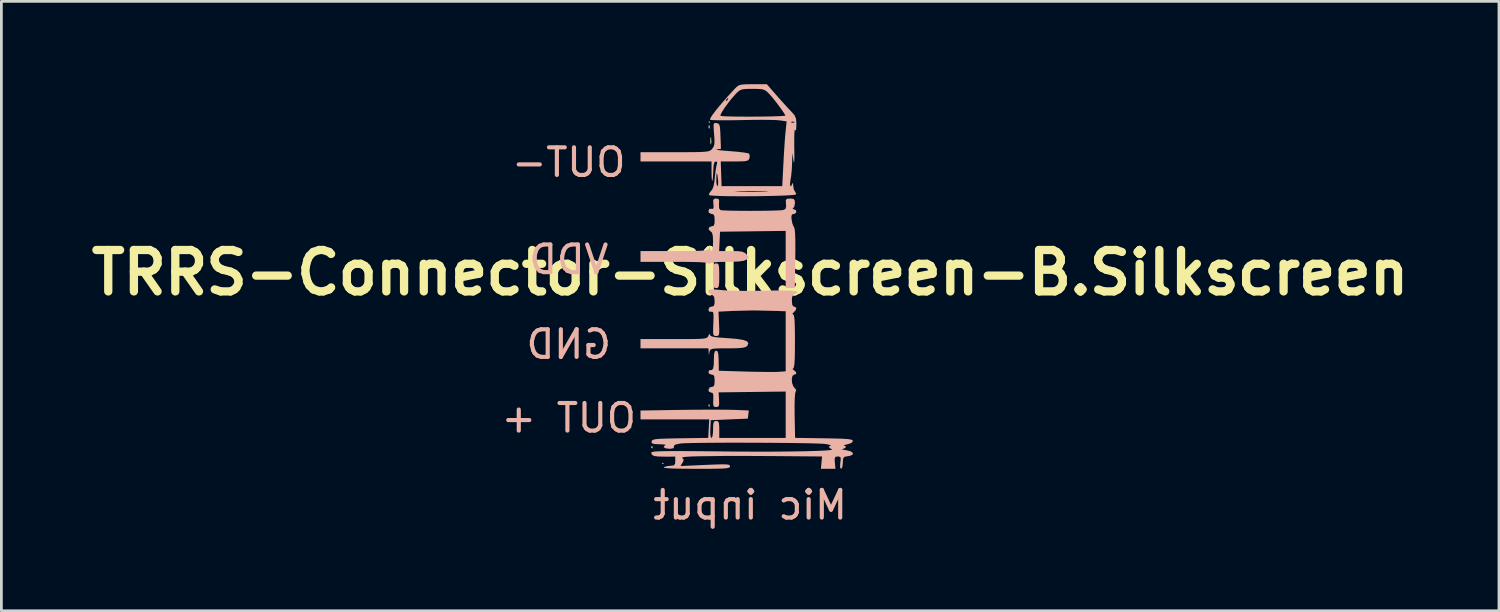
<source format=kicad_pcb>
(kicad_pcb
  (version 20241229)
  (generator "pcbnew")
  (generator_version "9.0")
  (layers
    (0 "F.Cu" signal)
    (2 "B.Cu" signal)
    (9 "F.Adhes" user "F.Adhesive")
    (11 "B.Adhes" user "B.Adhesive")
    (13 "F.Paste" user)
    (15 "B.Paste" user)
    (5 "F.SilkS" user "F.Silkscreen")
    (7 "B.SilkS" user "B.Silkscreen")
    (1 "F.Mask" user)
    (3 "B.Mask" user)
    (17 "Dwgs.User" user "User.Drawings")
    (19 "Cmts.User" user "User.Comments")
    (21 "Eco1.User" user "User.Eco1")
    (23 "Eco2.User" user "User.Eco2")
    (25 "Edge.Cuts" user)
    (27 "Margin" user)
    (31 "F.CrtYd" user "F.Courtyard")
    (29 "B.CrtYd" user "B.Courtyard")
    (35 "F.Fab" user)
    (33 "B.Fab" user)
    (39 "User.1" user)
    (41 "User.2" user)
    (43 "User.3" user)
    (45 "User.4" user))
  (footprint "TRRS-Connector-Silkscreen-B.Silkscreen"
    (layer "F.Cu")
    (at 24.121 6.826)
    (property "Reference" "TRRS-Connector-Silkscreen-B.Silkscreen" (at 0 0 0) (layer "F.SilkS") (effects (font (size 1.5 1.5) (thickness 0.3))))
    (attr board_only exclude_from_pos_files exclude_from_bom)
    (fp_poly (pts (xy -3.133 6.909) (xy -3.161 6.937) (xy -3.189 6.909) (xy -3.161 6.881)) (stroke (width 0) (type solid)) (fill yes) (layer "F.SilkS"))
    (fp_poly (pts (xy -1.455 -5.455) (xy -1.483 -5.427) (xy -1.511 -5.455) (xy -1.483 -5.483)) (stroke (width 0) (type solid)) (fill yes) (layer "F.SilkS"))
    (fp_poly (pts (xy -3.543 6.285) (xy -3.537 6.351) (xy -3.543 6.359) (xy -3.577 6.352) (xy -3.581 6.322) (xy -3.56 6.276)) (stroke (width 0) (type solid)) (fill yes) (layer "F.SilkS"))
    (fp_poly (pts (xy -1.473 4.774) (xy -1.467 4.841) (xy -1.473 4.849) (xy -1.507 4.841) (xy -1.511 4.811) (xy -1.49 4.765)) (stroke (width 0) (type solid)) (fill yes) (layer "F.SilkS"))
    (fp_poly (pts (xy -1.472 -5.325) (xy -1.466 -5.238) (xy -1.477 -5.218) (xy -1.502 -5.235) (xy -1.506 -5.292) (xy -1.492 -5.351)) (stroke (width 0) (type solid)) (fill yes) (layer "F.SilkS"))
    (fp_poly (pts (xy -1.415 -4.881) (xy -1.406 -4.735) (xy -1.416 -4.657) (xy -1.431 -4.644) (xy -1.44 -4.724) (xy -1.441 -4.783) (xy -1.435 -4.892) (xy -1.422 -4.908)) (stroke (width 0) (type solid)) (fill yes) (layer "F.SilkS"))
    (fp_poly (pts (xy -1.175 -0.326) (xy -1.142 -0.283) (xy -1.125 -0.184) (xy -1.119 -0.006) (xy -1.119 0.112) (xy -1.121 0.335) (xy -1.132 0.469) (xy -1.157 0.535) (xy -1.201 0.558) (xy -1.231 0.559) (xy -1.287 0.55) (xy -1.32 0.507) (xy -1.337 0.408) (xy -1.342 0.23) (xy -1.343 0.112) (xy -1.34 -0.111) (xy -1.33 -0.245) (xy -1.305 -0.312) (xy -1.26 -0.334) (xy -1.231 -0.336)) (stroke (width 0) (type solid)) (fill yes) (layer "B.SilkS"))
    (fp_poly (pts (xy -1.458 2.243) (xy -1.439 2.284) (xy -1.374 2.314) (xy -1.244 2.338) (xy -1.033 2.357) (xy -0.825 2.371) (xy -0.486 2.399) (xy -0.252 2.437) (xy -0.114 2.488) (xy -0.065 2.555) (xy -0.098 2.64) (xy -0.11 2.655) (xy -0.165 2.694) (xy -0.268 2.72) (xy -0.435 2.735) (xy -0.688 2.741) (xy -0.814 2.741) (xy -1.088 2.742) (xy -1.27 2.748) (xy -1.379 2.762) (xy -1.437 2.789) (xy -1.463 2.831) (xy -1.471 2.867) (xy -1.495 2.993) (xy -1.503 2.867) (xy -1.511 2.741) (xy -2.741 2.741) (xy -3.972 2.741) (xy -3.972 2.574) (xy -3.972 2.406) (xy -2.768 2.406) (xy -2.371 2.405) (xy -2.073 2.404) (xy -1.857 2.399) (xy -1.709 2.39) (xy -1.615 2.374) (xy -1.561 2.352) (xy -1.531 2.321) (xy -1.512 2.28) (xy -1.473 2.209)) (stroke (width 0) (type solid)) (fill yes) (layer "B.SilkS"))
    (fp_poly (pts (xy 1.57 -2.673) (xy 1.616 -2.612) (xy 1.622 -2.522) (xy 1.601 -2.396) (xy 1.553 -2.331) (xy 1.533 -2.306) (xy 1.581 -2.298) (xy 1.661 -2.259) (xy 1.672 -2.186) (xy 1.614 -2.131) (xy 1.578 -2.126) (xy 1.513 -2.107) (xy 1.493 -2.03) (xy 1.502 -1.917) (xy 1.533 -1.765) (xy 1.58 -1.66) (xy 1.588 -1.651) (xy 1.612 -1.578) (xy 1.628 -1.409) (xy 1.637 -1.139) (xy 1.637 -0.764) (xy 1.634 -0.518) (xy 1.618 0.559) (xy 1.452 0.559) (xy 1.287 0.559) (xy 1.287 -0.477) (xy 1.287 -1.513) (xy 0.098 -1.498) (xy -1.091 -1.483) (xy -1.108 -1.133) (xy -1.124 -0.783) (xy -0.683 -0.783) (xy -0.451 -0.779) (xy -0.301 -0.762) (xy -0.205 -0.726) (xy -0.135 -0.666) (xy -0.064 -0.579) (xy -0.071 -0.525) (xy -0.137 -0.47) (xy -0.237 -0.43) (xy -0.413 -0.405) (xy -0.68 -0.393) (xy -0.845 -0.392) (xy -1.143 -0.387) (xy -1.34 -0.372) (xy -1.447 -0.345) (xy -1.474 -0.322) (xy -1.499 -0.28) (xy -1.506 -0.322) (xy -1.534 -0.346) (xy -1.62 -0.364) (xy -1.776 -0.377) (xy -2.013 -0.386) (xy -2.34 -0.39) (xy -2.741 -0.392) (xy -3.972 -0.392) (xy -3.972 -0.587) (xy -3.972 -0.783) (xy -2.746 -0.783) (xy -2.343 -0.784) (xy -2.038 -0.787) (xy -1.818 -0.792) (xy -1.667 -0.802) (xy -1.573 -0.818) (xy -1.521 -0.839) (xy -1.498 -0.868) (xy -1.493 -0.881) (xy -1.472 -0.95) (xy -1.463 -0.91) (xy -1.461 -0.881) (xy -1.429 -0.798) (xy -1.399 -0.783) (xy -1.369 -0.834) (xy -1.349 -0.968) (xy -1.343 -1.121) (xy -1.352 -1.329) (xy -1.381 -1.447) (xy -1.427 -1.49) (xy -1.502 -1.558) (xy -1.494 -1.636) (xy -1.41 -1.678) (xy -1.399 -1.678) (xy -1.325 -1.697) (xy -1.293 -1.773) (xy -1.287 -1.902) (xy -1.296 -2.049) (xy -1.334 -2.113) (xy -1.399 -2.126) (xy -1.493 -2.166) (xy -1.511 -2.233) (xy -1.481 -2.312) (xy -1.409 -2.313) (xy -1.344 -2.311) (xy -1.323 -2.371) (xy -1.332 -2.486) (xy -1.339 -2.619) (xy -1.306 -2.675) (xy -1.231 -2.685) (xy -1.149 -2.671) (xy -1.122 -2.606) (xy -1.129 -2.491) (xy -1.125 -2.33) (xy -1.075 -2.267) (xy -0.993 -2.257) (xy -0.82 -2.249) (xy -0.579 -2.244) (xy -0.292 -2.24) (xy 0.021 -2.239) (xy 0.337 -2.241) (xy 0.634 -2.244) (xy 0.89 -2.25) (xy 1.085 -2.258) (xy 1.196 -2.268) (xy 1.205 -2.27) (xy 1.282 -2.313) (xy 1.304 -2.407) (xy 1.297 -2.493) (xy 1.29 -2.622) (xy 1.328 -2.675) (xy 1.438 -2.685) (xy 1.449 -2.685)) (stroke (width 0) (type solid)) (fill yes) (layer "B.SilkS"))
    (fp_poly (pts (xy 0.958 -6.42) (xy 1.137 -6.218) (xy 1.311 -6.025) (xy 1.453 -5.873) (xy 1.495 -5.83) (xy 1.607 -5.702) (xy 1.66 -5.582) (xy 1.675 -5.418) (xy 1.674 -5.354) (xy 1.667 -5.194) (xy 1.648 -5.142) (xy 1.627 -5.174) (xy 1.613 -5.163) (xy 1.602 -5.057) (xy 1.597 -4.872) (xy 1.597 -4.625) (xy 1.598 -4.531) (xy 1.602 -4.238) (xy 1.599 -4.055) (xy 1.591 -3.983) (xy 1.576 -4.022) (xy 1.57 -4.056) (xy 1.528 -4.336) (xy 1.518 -3.944) (xy 1.506 -3.709) (xy 1.483 -3.487) (xy 1.459 -3.343) (xy 1.443 -3.213) (xy 1.456 -3.137) (xy 1.488 -3.136) (xy 1.527 -3.227) (xy 1.528 -3.231) (xy 1.546 -3.251) (xy 1.559 -3.175) (xy 1.56 -3.15) (xy 1.581 -3.015) (xy 1.624 -2.936) (xy 1.625 -2.935) (xy 1.667 -2.859) (xy 1.663 -2.836) (xy 1.604 -2.819) (xy 1.451 -2.805) (xy 1.221 -2.793) (xy 0.931 -2.783) (xy 0.599 -2.776) (xy 0.242 -2.77) (xy -0.123 -2.768) (xy -0.477 -2.768) (xy -0.804 -2.771) (xy -1.087 -2.777) (xy -1.307 -2.787) (xy -1.448 -2.799) (xy -1.492 -2.812) (xy -1.478 -2.879) (xy -1.43 -2.942) (xy -1.428 -2.945) (xy -0.537 -2.945) (xy -0.535 -2.94) (xy -0.437 -2.936) (xy -0.251 -2.933) (xy 0.018 -2.932) (xy 0.056 -2.932) (xy 0.334 -2.933) (xy 0.531 -2.936) (xy 0.64 -2.94) (xy 0.654 -2.944) (xy 0.564 -2.95) (xy 0.545 -2.951) (xy 0.236 -2.958) (xy -0.112 -2.958) (xy -0.425 -2.951) (xy -0.434 -2.951) (xy -0.537 -2.945) (xy -1.428 -2.945) (xy -1.369 -3.021) (xy -1.326 -3.132) (xy -1.295 -3.3) (xy -1.285 -3.399) (xy -1.226 -3.399) (xy -1.221 -3.244) (xy -1.201 -3.148) (xy -1.186 -3.133) (xy -1.162 -3.182) (xy -1.159 -3.304) (xy -1.162 -3.343) (xy -1.184 -3.526) (xy -1.204 -3.601) (xy -1.218 -3.568) (xy -1.226 -3.424) (xy -1.226 -3.399) (xy -1.285 -3.399) (xy -1.269 -3.553) (xy -1.246 -3.737) (xy -1.218 -3.885) (xy -1.204 -3.93) (xy -1.197 -4.012) (xy -1.244 -4.028) (xy -1.293 -3.998) (xy -1.322 -3.896) (xy -1.336 -3.702) (xy -1.336 -3.681) (xy -1.348 -3.457) (xy -1.364 -3.338) (xy -1.38 -3.325) (xy -1.393 -3.421) (xy -1.399 -3.626) (xy -1.399 -3.655) (xy -1.399 -4.028) (xy -2.685 -4.028) (xy -3.972 -4.028) (xy -3.972 -4.196) (xy -3.972 -4.364) (xy -2.726 -4.364) (xy -2.321 -4.364) (xy -2.013 -4.366) (xy -1.788 -4.371) (xy -1.63 -4.381) (xy -1.524 -4.396) (xy -1.456 -4.418) (xy -1.41 -4.449) (xy -1.376 -4.485) (xy -1.322 -4.565) (xy -1.296 -4.666) (xy -1.293 -4.819) (xy -1.307 -5.02) (xy -1.323 -5.231) (xy -1.324 -5.354) (xy -1.305 -5.41) (xy -1.26 -5.421) (xy -1.216 -5.417) (xy -1.154 -5.4) (xy -1.115 -5.355) (xy -1.093 -5.258) (xy -1.081 -5.087) (xy -1.075 -4.941) (xy -1.059 -4.484) (xy -1.215 -4.465) (xy -1.225 -4.454) (xy -1.139 -4.438) (xy -0.972 -4.421) (xy -0.74 -4.402) (xy -0.727 -4.401) (xy -0.468 -4.38) (xy -0.25 -4.355) (xy -0.098 -4.33) (xy -0.036 -4.31) (xy -0.013 -4.225) (xy -0.026 -4.146) (xy -0.053 -4.09) (xy -0.106 -4.055) (xy -0.208 -4.036) (xy -0.381 -4.029) (xy -0.564 -4.028) (xy -1.065 -4.028) (xy -1.05 -3.581) (xy -1.035 -3.134) (xy 0.064 -3.134) (xy 1.162 -3.133) (xy 1.203 -3.93) (xy 1.22 -4.257) (xy 1.241 -4.58) (xy 1.261 -4.866) (xy 1.279 -5.079) (xy 1.282 -5.103) (xy 1.317 -5.44) (xy 1.479 -5.44) (xy 1.534 -5.431) (xy 1.606 -5.442) (xy 1.607 -5.461) (xy 1.532 -5.474) (xy 1.5 -5.465) (xy 1.479 -5.44) (xy 1.317 -5.44) (xy 1.321 -5.479) (xy 1.073 -5.516) (xy 0.939 -5.527) (xy 0.716 -5.533) (xy 0.425 -5.536) (xy 0.09 -5.534) (xy -0.269 -5.527) (xy -0.284 -5.527) (xy -0.627 -5.521) (xy -0.934 -5.519) (xy -1.185 -5.521) (xy -1.362 -5.526) (xy -1.449 -5.536) (xy -1.453 -5.538) (xy -1.443 -5.593) (xy -1.386 -5.683) (xy -1.076 -5.683) (xy -1.013 -5.671) (xy -0.86 -5.662) (xy -0.638 -5.656) (xy -0.366 -5.652) (xy -0.064 -5.651) (xy 0.248 -5.652) (xy 0.551 -5.655) (xy 0.825 -5.661) (xy 1.05 -5.669) (xy 1.207 -5.678) (xy 1.276 -5.69) (xy 1.277 -5.693) (xy 1.216 -5.796) (xy 1.106 -5.954) (xy 0.97 -6.137) (xy 0.832 -6.313) (xy 0.714 -6.451) (xy 0.691 -6.475) (xy 0.595 -6.568) (xy 0.507 -6.622) (xy 0.393 -6.649) (xy 0.219 -6.657) (xy 0.084 -6.658) (xy -0.137 -6.655) (xy -0.28 -6.64) (xy -0.378 -6.603) (xy -0.465 -6.533) (xy -0.523 -6.473) (xy -0.66 -6.318) (xy -0.8 -6.142) (xy -0.927 -5.967) (xy -1.024 -5.817) (xy -1.075 -5.714) (xy -1.076 -5.683) (xy -1.386 -5.683) (xy -1.365 -5.716) (xy -1.228 -5.897) (xy -1.042 -6.121) (xy -0.961 -6.214) (xy -0.881 -6.214) (xy -0.874 -6.21) (xy -0.823 -6.25) (xy -0.811 -6.266) (xy -0.797 -6.318) (xy -0.805 -6.322) (xy -0.856 -6.283) (xy -0.867 -6.266) (xy -0.881 -6.214) (xy -0.961 -6.214) (xy -0.817 -6.379) (xy -0.573 -6.644) (xy -0.488 -6.73) (xy -0.41 -6.783) (xy -0.31 -6.812) (xy -0.159 -6.823) (xy 0.072 -6.826) (xy 0.101 -6.826) (xy 0.604 -6.826)) (stroke (width 0) (type solid)) (fill yes) (layer "B.SilkS"))
    (fp_poly (pts (xy -1.176 0.617) (xy -1.021 0.632) (xy -0.802 0.647) (xy -0.501 0.656) (xy -0.146 0.66) (xy 0.232 0.658) (xy 0.534 0.652) (xy 0.901 0.645) (xy 1.215 0.644) (xy 1.461 0.65) (xy 1.622 0.661) (xy 1.681 0.675) (xy 1.723 0.719) (xy 1.667 0.753) (xy 1.636 0.762) (xy 1.552 0.807) (xy 1.516 0.902) (xy 1.511 1.014) (xy 1.525 1.167) (xy 1.574 1.228) (xy 1.594 1.231) (xy 1.668 1.264) (xy 1.662 1.342) (xy 1.581 1.433) (xy 1.527 1.491) (xy 1.553 1.509) (xy 1.579 1.537) (xy 1.599 1.628) (xy 1.612 1.793) (xy 1.619 2.044) (xy 1.622 2.393) (xy 1.622 2.49) (xy 1.62 2.863) (xy 1.614 3.136) (xy 1.602 3.32) (xy 1.584 3.427) (xy 1.559 3.469) (xy 1.553 3.47) (xy 1.534 3.493) (xy 1.581 3.529) (xy 1.665 3.606) (xy 1.665 3.67) (xy 1.594 3.693) (xy 1.533 3.739) (xy 1.508 3.851) (xy 1.518 3.989) (xy 1.561 4.115) (xy 1.608 4.172) (xy 1.671 4.253) (xy 1.65 4.301) (xy 1.629 4.38) (xy 1.615 4.556) (xy 1.609 4.814) (xy 1.611 5.14) (xy 1.611 5.171) (xy 1.628 5.984) (xy 2.674 5.999) (xy 3.047 6.006) (xy 3.321 6.014) (xy 3.512 6.025) (xy 3.633 6.041) (xy 3.697 6.062) (xy 3.72 6.09) (xy 3.72 6.098) (xy 3.668 6.169) (xy 3.525 6.217) (xy 3.525 6.217) (xy 3.416 6.241) (xy 3.389 6.257) (xy 3.399 6.259) (xy 3.466 6.292) (xy 3.451 6.345) (xy 3.368 6.383) (xy 3.343 6.386) (xy 3.316 6.397) (xy 3.386 6.416) (xy 3.469 6.428) (xy 3.638 6.471) (xy 3.72 6.531) (xy 3.71 6.593) (xy 3.603 6.638) (xy 3.539 6.647) (xy 3.421 6.668) (xy 3.37 6.722) (xy 3.357 6.844) (xy 3.357 6.885) (xy 3.342 7.029) (xy 3.305 7.102) (xy 3.294 7.105) (xy 3.256 7.055) (xy 3.263 6.904) (xy 3.266 6.881) (xy 3.283 6.739) (xy 3.264 6.675) (xy 3.197 6.658) (xy 3.174 6.658) (xy 3.093 6.67) (xy 3.062 6.726) (xy 3.065 6.857) (xy 3.068 6.881) (xy 3.089 7.105) (xy 2.825 7.105) (xy 2.562 7.105) (xy 2.583 6.881) (xy 2.604 6.658) (xy 1.037 6.645) (xy 0.613 6.642) (xy 0.212 6.64) (xy -0.148 6.638) (xy -0.45 6.637) (xy -0.677 6.637) (xy -0.809 6.637) (xy -0.811 6.637) (xy -0.977 6.639) (xy -1.222 6.643) (xy -1.512 6.646) (xy -1.816 6.65) (xy -1.818 6.65) (xy -2.144 6.658) (xy -2.357 6.672) (xy -2.46 6.692) (xy -2.462 6.713) (xy -2.408 6.769) (xy -2.431 6.851) (xy -2.452 6.885) (xy -2.525 7.004) (xy -1.626 6.964) (xy -1.289 6.95) (xy -1.048 6.943) (xy -0.887 6.944) (xy -0.79 6.954) (xy -0.742 6.975) (xy -0.728 7.006) (xy -0.727 7.014) (xy -0.737 7.044) (xy -0.775 7.067) (xy -0.856 7.083) (xy -0.991 7.094) (xy -1.195 7.1) (xy -1.48 7.104) (xy -1.861 7.104) (xy -1.972 7.104) (xy -2.423 7.102) (xy -2.764 7.095) (xy -2.997 7.083) (xy -3.118 7.067) (xy -3.133 7.049) (xy -3.017 7.009) (xy -2.881 6.994) (xy -2.762 6.98) (xy -2.718 6.914) (xy -2.713 6.828) (xy -2.713 6.663) (xy -3.09 6.664) (xy -3.331 6.659) (xy -3.48 6.639) (xy -3.557 6.597) (xy -3.58 6.529) (xy -3.581 6.52) (xy -3.565 6.502) (xy -3.511 6.488) (xy -3.41 6.477) (xy -3.255 6.469) (xy -3.036 6.464) (xy -2.744 6.462) (xy -2.371 6.463) (xy -1.909 6.466) (xy -1.348 6.471) (xy -0.993 6.475) (xy -0.39 6.481) (xy 0.192 6.483) (xy 0.742 6.483) (xy 1.252 6.479) (xy 1.714 6.473) (xy 2.117 6.465) (xy 2.454 6.454) (xy 2.715 6.442) (xy 2.892 6.427) (xy 2.976 6.411) (xy 2.956 6.393) (xy 2.951 6.392) (xy 2.869 6.346) (xy 2.862 6.288) (xy 2.923 6.259) (xy 2.917 6.247) (xy 2.823 6.223) (xy 2.741 6.207) (xy 2.629 6.197) (xy 2.419 6.188) (xy 2.127 6.18) (xy 1.767 6.174) (xy 1.353 6.168) (xy 0.9 6.164) (xy 0.423 6.161) (xy -0.064 6.159) (xy -0.546 6.158) (xy -1.008 6.159) (xy -1.436 6.162) (xy -1.816 6.166) (xy -2.132 6.171) (xy -2.371 6.178) (xy -2.517 6.187) (xy -2.533 6.189) (xy -2.696 6.222) (xy -2.761 6.268) (xy -2.759 6.301) (xy -2.77 6.355) (xy -2.869 6.376) (xy -2.931 6.378) (xy -3.071 6.361) (xy -3.133 6.32) (xy -3.104 6.268) (xy -3.063 6.247) (xy -3.073 6.231) (xy -3.172 6.219) (xy -3.291 6.215) (xy -3.465 6.207) (xy -3.551 6.183) (xy -3.573 6.136) (xy -3.57 6.112) (xy -3.554 6.077) (xy -3.511 6.051) (xy -3.426 6.032) (xy -3.284 6.019) (xy -3.07 6.01) (xy -2.768 6.003) (xy -2.536 5.999) (xy -1.52 5.984) (xy -1.501 5.649) (xy -1.483 5.315) (xy -2.727 5.315) (xy -3.972 5.315) (xy -3.972 5.154) (xy -3.972 4.993) (xy -2.532 4.971) (xy -2.107 4.966) (xy -1.687 4.963) (xy -1.297 4.962) (xy -0.958 4.964) (xy -0.693 4.967) (xy -0.57 4.97) (xy -0.05 4.991) (xy -0.067 5.139) (xy -0.084 5.287) (xy -0.755 5.315) (xy -1.427 5.343) (xy -1.443 5.665) (xy -1.444 5.858) (xy -1.423 5.968) (xy -1.401 5.986) (xy -1.368 5.935) (xy -1.347 5.799) (xy -1.343 5.679) (xy -1.338 5.501) (xy -1.317 5.408) (xy -1.27 5.374) (xy -1.231 5.371) (xy -1.166 5.384) (xy -1.132 5.442) (xy -1.12 5.571) (xy -1.119 5.679) (xy -1.119 5.986) (xy 0.084 5.986) (xy 1.287 5.986) (xy 1.287 5.146) (xy 1.287 4.306) (xy 0.072 4.321) (xy -1.143 4.336) (xy -1.127 4.602) (xy -1.122 4.763) (xy -1.142 4.841) (xy -1.197 4.866) (xy -1.231 4.867) (xy -1.303 4.856) (xy -1.336 4.801) (xy -1.34 4.676) (xy -1.336 4.602) (xy -1.333 4.439) (xy -1.355 4.361) (xy -1.409 4.343) (xy -1.416 4.344) (xy -1.496 4.307) (xy -1.511 4.246) (xy -1.468 4.157) (xy -1.399 4.14) (xy -1.325 4.121) (xy -1.293 4.045) (xy -1.287 3.916) (xy -1.296 3.77) (xy -1.334 3.705) (xy -1.399 3.693) (xy -1.49 3.658) (xy -1.511 3.609) (xy -1.488 3.538) (xy -1.469 3.531) (xy -1.386 3.527) (xy -1.339 3.468) (xy -1.318 3.334) (xy -1.315 3.175) (xy -1.309 2.976) (xy -1.287 2.866) (xy -1.246 2.827) (xy -1.231 2.825) (xy -1.183 2.851) (xy -1.155 2.941) (xy -1.143 3.116) (xy -1.141 3.189) (xy -1.135 3.553) (xy -0.19 3.581) (xy 0.147 3.589) (xy 0.464 3.594) (xy 0.738 3.596) (xy 0.941 3.595) (xy 1.021 3.592) (xy 1.287 3.574) (xy 1.287 2.487) (xy 1.287 1.399) (xy 0.993 1.387) (xy 0.118 1.368) (xy -0.644 1.387) (xy -1.147 1.412) (xy -1.127 1.853) (xy -1.119 2.073) (xy -1.122 2.204) (xy -1.143 2.269) (xy -1.186 2.292) (xy -1.231 2.294) (xy -1.292 2.288) (xy -1.327 2.255) (xy -1.342 2.172) (xy -1.341 2.016) (xy -1.334 1.843) (xy -1.326 1.62) (xy -1.33 1.488) (xy -1.349 1.426) (xy -1.388 1.414) (xy -1.412 1.418) (xy -1.493 1.407) (xy -1.511 1.337) (xy -1.469 1.248) (xy -1.399 1.231) (xy -1.322 1.21) (xy -1.291 1.126) (xy -1.287 1.03) (xy -1.303 0.883) (xy -1.364 0.812) (xy -1.399 0.799) (xy -1.49 0.736) (xy -1.511 0.676) (xy -1.5 0.632) (xy -1.455 0.609) (xy -1.354 0.604)) (stroke (width 0) (type solid)) (fill yes) (layer "B.SilkS"))
    (fp_text user "Mic input" (at 0 9 0) (unlocked yes) (layer "B.SilkS") (effects (font (size 1 1) (thickness 0.15)) (justify bottom mirror)))
    (fp_text user "OUT-" (at -8.718 -3.41 0) (unlocked yes) (layer "B.SilkS") (effects (font (size 1 1) (thickness 0.15)) (justify right bottom mirror)))
    (fp_text user "VDD" (at -8.099 0.11 0) (unlocked yes) (layer "B.SilkS") (effects (font (size 1 1) (thickness 0.15)) (justify right bottom mirror)))
    (fp_text user "GND" (at -8.194 3.18 0) (unlocked yes) (layer "B.SilkS") (effects (font (size 1 1) (thickness 0.15)) (justify right bottom mirror)))
    (fp_text user "OUT +" (at -9.099 5.85 0) (unlocked yes) (layer "B.SilkS") (effects (font (size 1 1) (thickness 0.15)) (justify right bottom mirror))))
  (gr_rect
    (start -3 -3)
    (end 51.243 19.072)
    (stroke (width 0.1) (type default))
    (fill no)
    (layer "Edge.Cuts")))
</source>
